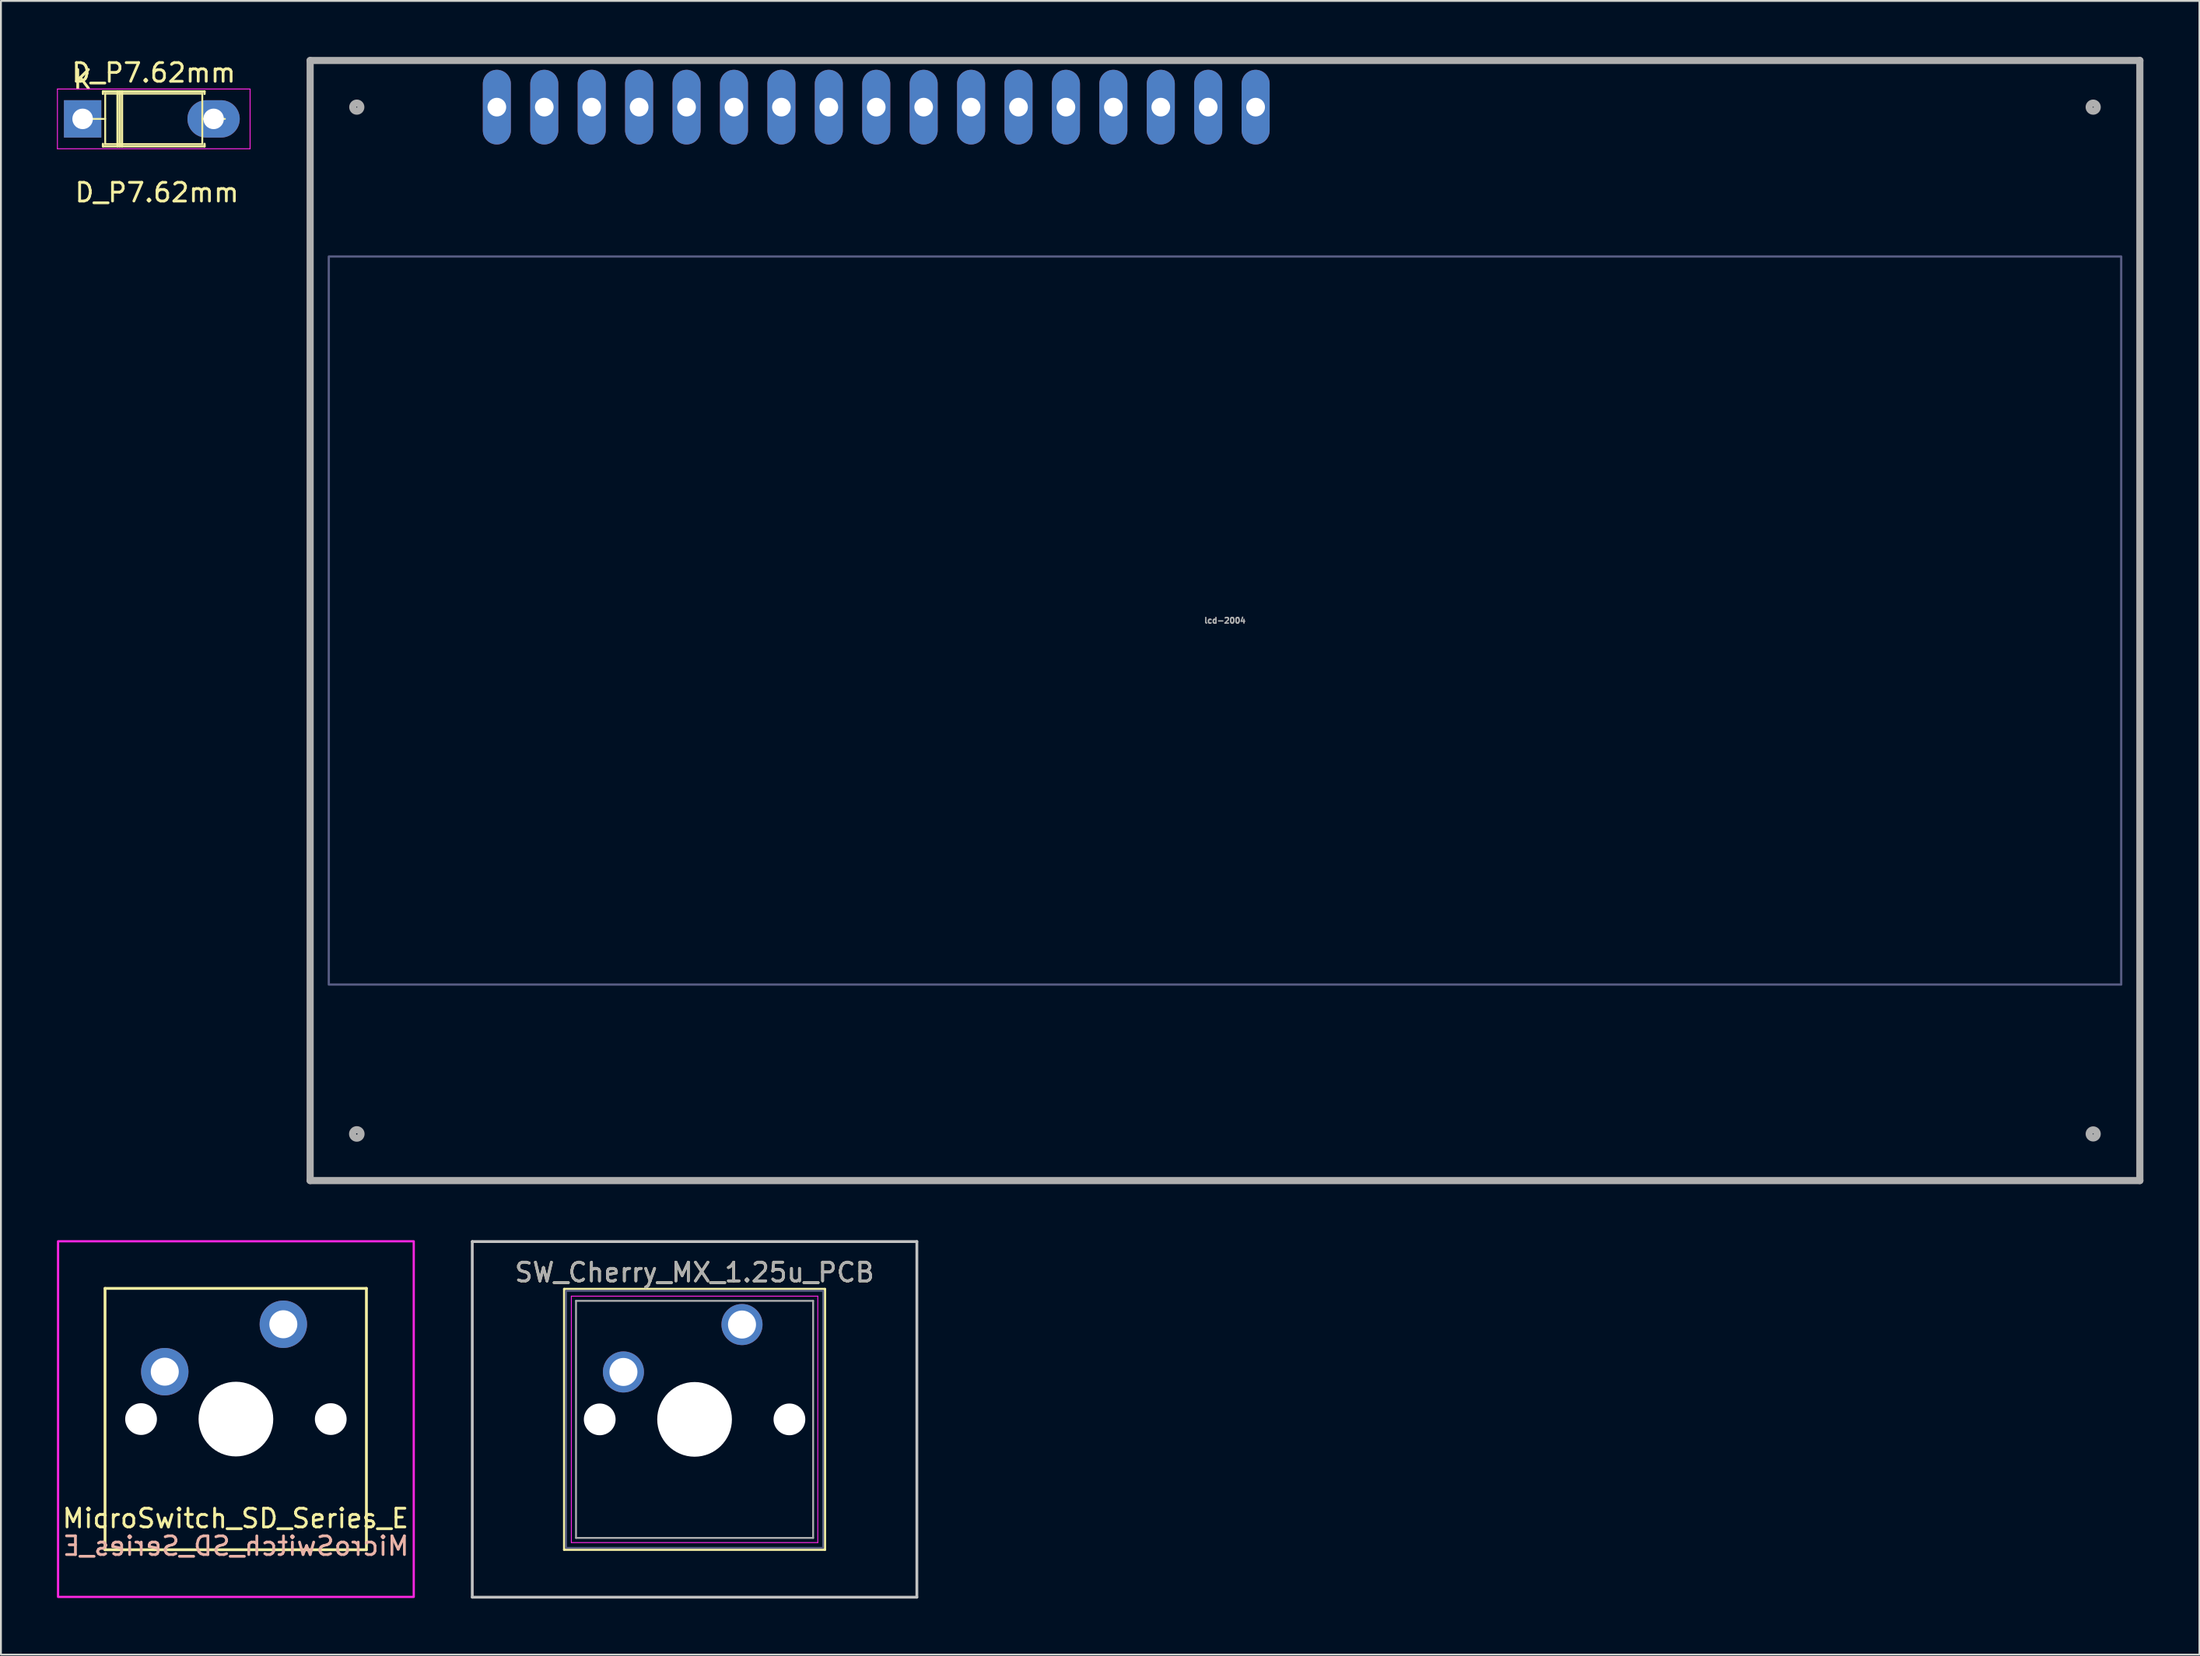
<source format=kicad_pcb>
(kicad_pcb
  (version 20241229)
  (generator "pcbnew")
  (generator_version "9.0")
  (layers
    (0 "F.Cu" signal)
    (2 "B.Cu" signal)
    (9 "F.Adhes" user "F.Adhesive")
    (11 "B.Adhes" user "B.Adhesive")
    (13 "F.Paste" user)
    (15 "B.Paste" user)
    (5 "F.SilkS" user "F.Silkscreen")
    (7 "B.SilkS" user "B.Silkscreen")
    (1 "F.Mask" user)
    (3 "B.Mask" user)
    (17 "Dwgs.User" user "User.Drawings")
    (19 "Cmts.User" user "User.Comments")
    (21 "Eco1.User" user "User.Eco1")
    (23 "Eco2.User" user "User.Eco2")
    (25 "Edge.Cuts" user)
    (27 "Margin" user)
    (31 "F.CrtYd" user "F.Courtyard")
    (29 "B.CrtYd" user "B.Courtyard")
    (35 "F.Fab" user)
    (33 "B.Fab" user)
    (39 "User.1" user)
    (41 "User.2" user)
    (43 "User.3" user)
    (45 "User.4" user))
  (footprint "D_P7.62mm"
    (layer "F.Cu")
    (at 1.375 3.318)
    (property "Reference" "D_P7.62mm" (at 3.81 -2.47 0) (layer "F.SilkS") (effects (font (size 1 1) (thickness 0.15))))
    (attr through_hole)
    (fp_line (start 0 0) (end 1.21 0) (stroke (width 0.1) (type solid)) (layer "F.SilkS"))
    (fp_line (start 1.09 -1.47) (end 6.53 -1.47) (stroke (width 0.12) (type solid)) (layer "F.SilkS"))
    (fp_line (start 1.09 -1.34) (end 1.09 -1.47) (stroke (width 0.12) (type solid)) (layer "F.SilkS"))
    (fp_line (start 1.09 1.34) (end 1.09 1.47) (stroke (width 0.12) (type solid)) (layer "F.SilkS"))
    (fp_line (start 1.09 1.47) (end 6.53 1.47) (stroke (width 0.12) (type solid)) (layer "F.SilkS"))
    (fp_line (start 1.21 -1.35) (end 1.21 1.35) (stroke (width 0.1) (type solid)) (layer "F.SilkS"))
    (fp_line (start 1.21 1.35) (end 6.41 1.35) (stroke (width 0.1) (type solid)) (layer "F.SilkS"))
    (fp_line (start 1.87 -1.47) (end 1.87 1.47) (stroke (width 0.12) (type solid)) (layer "F.SilkS"))
    (fp_line (start 1.99 -1.47) (end 1.99 1.47) (stroke (width 0.12) (type solid)) (layer "F.SilkS"))
    (fp_line (start 2.11 -1.47) (end 2.11 1.47) (stroke (width 0.12) (type solid)) (layer "F.SilkS"))
    (fp_line (start 6.41 -1.35) (end 1.21 -1.35) (stroke (width 0.1) (type solid)) (layer "F.SilkS"))
    (fp_line (start 6.41 1.35) (end 6.41 -1.35) (stroke (width 0.1) (type solid)) (layer "F.SilkS"))
    (fp_line (start 6.53 -1.47) (end 6.53 -1.34) (stroke (width 0.12) (type solid)) (layer "F.SilkS"))
    (fp_line (start 6.53 1.47) (end 6.53 1.34) (stroke (width 0.12) (type solid)) (layer "F.SilkS"))
    (fp_line (start 7.62 0) (end 6.41 0) (stroke (width 0.1) (type solid)) (layer "F.SilkS"))
    (fp_line (start -1.35 -1.6) (end -1.35 1.6) (stroke (width 0.05) (type solid)) (layer "F.CrtYd"))
    (fp_line (start -1.35 1.6) (end 8.97 1.6) (stroke (width 0.05) (type solid)) (layer "F.CrtYd"))
    (fp_line (start 8.97 -1.6) (end -1.35 -1.6) (stroke (width 0.05) (type solid)) (layer "F.CrtYd"))
    (fp_line (start 8.97 1.6) (end 8.97 -1.6) (stroke (width 0.05) (type solid)) (layer "F.CrtYd"))
    (fp_text user "K" (at 0 -2.1 0) (layer "F.SilkS") (effects (font (size 1 1) (thickness 0.15))))
    (fp_text user "${REFERENCE}" (at 3.983 3.945 0) (layer "F.SilkS") (effects (font (size 1 1) (thickness 0.15))))
    (pad "1" thru_hole rect (at 0 0) (size 2 2) (drill 1.1) (layers "*.Cu" "*.Mask"))
    (pad "2" thru_hole oval (at 7.015 0) (size 2.8 2) (drill 1.1) (layers "*.Cu" "*.Mask")))
  (footprint "SW_Cherry_MX_1.25u_PCB"
    (layer "F.Cu")
    (at 36.691 67.901)
    (property "Reference" "SW_Cherry_MX_1.25u_PCB" (at -2.54 -2.794 0) (layer "F.SilkS") (effects (font (size 1 1) (thickness 0.15))))
    (attr through_hole)
    (fp_line (start -9.525 -1.905) (end 4.445 -1.905) (stroke (width 0.12) (type solid)) (layer "F.SilkS"))
    (fp_line (start -9.525 12.065) (end -9.525 -1.905) (stroke (width 0.12) (type solid)) (layer "F.SilkS"))
    (fp_line (start 4.445 -1.905) (end 4.445 12.065) (stroke (width 0.12) (type solid)) (layer "F.SilkS"))
    (fp_line (start 4.445 12.065) (end -9.525 12.065) (stroke (width 0.12) (type solid)) (layer "F.SilkS"))
    (fp_line (start -14.446 -4.445) (end 9.366 -4.445) (stroke (width 0.15) (type solid)) (layer "Dwgs.User"))
    (fp_line (start -14.446 14.605) (end -14.446 -4.445) (stroke (width 0.15) (type solid)) (layer "Dwgs.User"))
    (fp_line (start 9.366 -4.445) (end 9.366 14.605) (stroke (width 0.15) (type solid)) (layer "Dwgs.User"))
    (fp_line (start 9.366 14.605) (end -14.446 14.605) (stroke (width 0.15) (type solid)) (layer "Dwgs.User"))
    (fp_line (start -9.14 -1.52) (end 4.06 -1.52) (stroke (width 0.05) (type solid)) (layer "F.CrtYd"))
    (fp_line (start -9.14 11.68) (end -9.14 -1.52) (stroke (width 0.05) (type solid)) (layer "F.CrtYd"))
    (fp_line (start 4.06 -1.52) (end 4.06 11.68) (stroke (width 0.05) (type solid)) (layer "F.CrtYd"))
    (fp_line (start 4.06 11.68) (end -9.14 11.68) (stroke (width 0.05) (type solid)) (layer "F.CrtYd"))
    (fp_rect (start -9.425 -1.805) (end 4.345 11.965) (stroke (width 0.1) (type default)) (fill no) (layer "B.Fab"))
    (fp_line (start -8.89 -1.27) (end 3.81 -1.27) (stroke (width 0.1) (type solid)) (layer "F.Fab"))
    (fp_line (start -8.89 11.43) (end -8.89 -1.27) (stroke (width 0.1) (type solid)) (layer "F.Fab"))
    (fp_line (start 3.81 -1.27) (end 3.81 11.43) (stroke (width 0.1) (type solid)) (layer "F.Fab"))
    (fp_line (start 3.81 11.43) (end -8.89 11.43) (stroke (width 0.1) (type solid)) (layer "F.Fab"))
    (fp_text user "${REFERENCE}" (at -2.54 -2.794 0) (layer "F.Fab") (effects (font (size 1 1) (thickness 0.15))))
    (pad "" np_thru_hole circle (at -7.62 5.08) (size 1.7 1.7) (drill 1.7) (layers "*.Cu" "*.Mask"))
    (pad "" np_thru_hole circle (at -2.54 5.08) (size 4 4) (drill 4) (layers "*.Cu" "*.Mask"))
    (pad "" np_thru_hole circle (at 2.54 5.08) (size 1.7 1.7) (drill 1.7) (layers "*.Cu" "*.Mask"))
    (pad "1" thru_hole circle (at 0 0) (size 2.2 2.2) (drill 1.5) (layers "*.Cu" "*.Mask"))
    (pad "2" thru_hole circle (at -6.35 2.54) (size 2.2 2.2) (drill 1.5) (layers "*.Cu" "*.Mask")))
  (footprint "lcd-2004"
    (layer "F.Cu")
    (at 62.56 30.19)
    (property "Reference" "lcd-2004" (at 0 0 0) (layer "F.Fab") (effects (font (size 0.3 0.3) (thickness 0.075))))
    (attr smd)
    (fp_rect (start -48 -19.5) (end 48 19.5) (stroke (width 0.12) (type default)) (fill no) (layer "B.Fab"))
    (fp_line (start -48.999 -30) (end 48.999 -30) (stroke (width 0.381) (type solid)) (layer "F.Fab"))
    (fp_line (start -48.999 30) (end -48.999 -30) (stroke (width 0.381) (type solid)) (layer "F.Fab"))
    (fp_line (start 48.999 -30) (end 48.999 30) (stroke (width 0.381) (type solid)) (layer "F.Fab"))
    (fp_line (start 48.999 30) (end -48.999 30) (stroke (width 0.381) (type solid)) (layer "F.Fab"))
    (fp_circle (center -46.5 -27.501) (end -46.5 -27.475) (stroke (width 0.381) (type solid)) (fill no) (layer "F.Fab"))
    (fp_circle (center -46.5 27.501) (end -46.474 27.526) (stroke (width 0.381) (type solid)) (fill no) (layer "F.Fab"))
    (fp_circle (center 46.5 -27.501) (end 46.5 -27.475) (stroke (width 0.381) (type solid)) (fill no) (layer "F.Fab"))
    (fp_circle (center 46.5 27.501) (end 46.5 27.526) (stroke (width 0.381) (type solid)) (fill no) (layer "F.Fab"))
    (pad "" thru_hole oval (at 1.641 -27.501) (size 1.501 4) (drill 1.001) (layers "*.Cu" "*.Mask"))
    (pad "1" thru_hole oval (at -38.999 -27.501) (size 1.501 4) (drill 1.001) (layers "*.Cu" "*.Mask"))
    (pad "2" thru_hole oval (at -36.459 -27.501) (size 1.501 4) (drill 1.001) (layers "*.Cu" "*.Mask"))
    (pad "3" thru_hole oval (at -33.919 -27.501) (size 1.501 4) (drill 1.001) (layers "*.Cu" "*.Mask"))
    (pad "4" thru_hole oval (at -31.379 -27.501) (size 1.501 4) (drill 1.001) (layers "*.Cu" "*.Mask"))
    (pad "5" thru_hole oval (at -28.839 -27.501) (size 1.501 4) (drill 1.001) (layers "*.Cu" "*.Mask"))
    (pad "6" thru_hole oval (at -26.299 -27.501) (size 1.501 4) (drill 1.001) (layers "*.Cu" "*.Mask"))
    (pad "7" thru_hole oval (at -23.759 -27.501) (size 1.501 4) (drill 1.001) (layers "*.Cu" "*.Mask"))
    (pad "8" thru_hole oval (at -21.219 -27.501) (size 1.501 4) (drill 1.001) (layers "*.Cu" "*.Mask"))
    (pad "9" thru_hole oval (at -18.679 -27.501) (size 1.501 4) (drill 1.001) (layers "*.Cu" "*.Mask"))
    (pad "10" thru_hole oval (at -16.139 -27.501) (size 1.501 4) (drill 1.001) (layers "*.Cu" "*.Mask"))
    (pad "11" thru_hole oval (at -13.599 -27.501) (size 1.501 4) (drill 1.001) (layers "*.Cu" "*.Mask"))
    (pad "12" thru_hole oval (at -11.059 -27.501) (size 1.501 4) (drill 1.001) (layers "*.Cu" "*.Mask"))
    (pad "13" thru_hole oval (at -8.519 -27.501) (size 1.501 4) (drill 1.001) (layers "*.Cu" "*.Mask"))
    (pad "14" thru_hole oval (at -5.979 -27.501) (size 1.501 4) (drill 1.001) (layers "*.Cu" "*.Mask"))
    (pad "15" thru_hole oval (at -3.439 -27.501) (size 1.501 4) (drill 1.001) (layers "*.Cu" "*.Mask"))
    (pad "16" thru_hole oval (at -0.899 -27.501) (size 1.501 4) (drill 1.001) (layers "*.Cu" "*.Mask")))
  (footprint "MicroSwitch_SD_Series_E"
    (layer "F.Cu")
    (at 9.585 72.966)
    (property "Reference" "MicroSwitch_SD_Series_E" (at -0.02 5.32 0) (unlocked yes) (layer "F.SilkS") (effects (font (size 1 1) (thickness 0.15))))
    (attr through_hole)
    (fp_circle (center -3.786 -2.575) (end -1.786 -2.575) (stroke (width 0.12) (type solid)) (fill yes) (layer "B.Mask"))
    (fp_circle (center 2.55 -5.08) (end 4.55 -5.08) (stroke (width 0.12) (type solid)) (fill yes) (layer "B.Mask"))
    (fp_line (start -7.01 -7) (end 6.99 -7) (stroke (width 0.15) (type solid)) (layer "F.SilkS"))
    (fp_line (start -7.01 7) (end -7.01 -7) (stroke (width 0.15) (type solid)) (layer "F.SilkS"))
    (fp_line (start 6.99 -7) (end 6.99 7) (stroke (width 0.15) (type solid)) (layer "F.SilkS"))
    (fp_line (start 6.99 7) (end -7.01 7) (stroke (width 0.15) (type solid)) (layer "F.SilkS"))
    (fp_rect (start 9.525 -9.525) (end -9.525 9.525) (stroke (width 0.12) (type solid)) (fill no) (layer "F.CrtYd"))
    (fp_text user "${REFERENCE}" (at 0 6.8 0) (unlocked yes) (layer "B.SilkS") (effects (font (size 1 1) (thickness 0.15)) (justify mirror)))
    (pad "" np_thru_hole circle (at -5.08 0) (size 1.7 1.7) (drill 1.7) (layers "*.Cu" "*.Mask"))
    (pad "" np_thru_hole circle (at 0 0) (size 4 4) (drill 4) (layers "*.Cu" "*.Mask"))
    (pad "" np_thru_hole circle (at 5.08 0) (size 1.7 1.7) (drill 1.7) (layers "*.Cu" "*.Mask"))
    (pad "1" thru_hole circle (at 2.54 -5.08) (size 2.54 2.54) (drill 1.5) (layers "*.Cu" "*.Mask"))
    (pad "2" thru_hole circle (at -3.81 -2.54) (size 2.54 2.54) (drill 1.5) (layers "*.Cu" "*.Mask")))
  (gr_rect
    (start -3 -3)
    (end 114.749 85.581)
    (stroke (width 0.1) (type default))
    (fill no)
    (layer "Edge.Cuts")))
</source>
